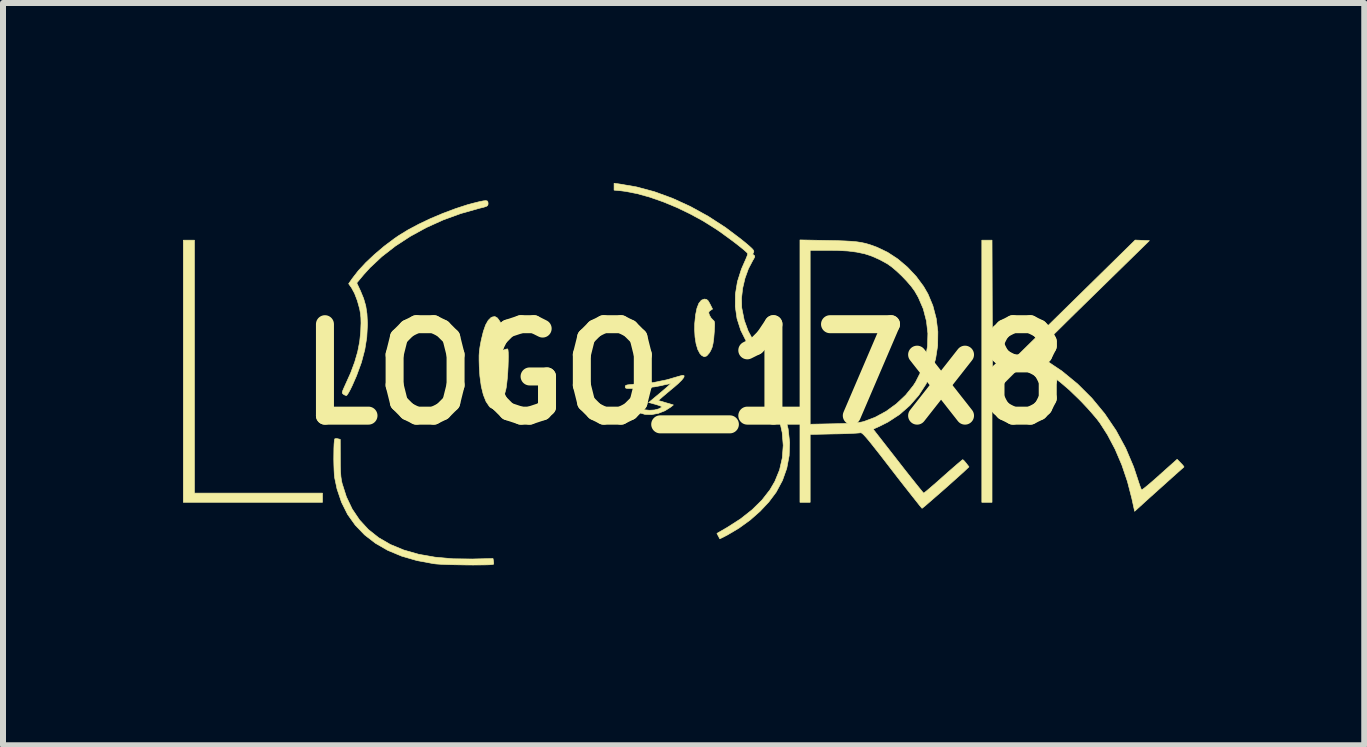
<source format=kicad_pcb>
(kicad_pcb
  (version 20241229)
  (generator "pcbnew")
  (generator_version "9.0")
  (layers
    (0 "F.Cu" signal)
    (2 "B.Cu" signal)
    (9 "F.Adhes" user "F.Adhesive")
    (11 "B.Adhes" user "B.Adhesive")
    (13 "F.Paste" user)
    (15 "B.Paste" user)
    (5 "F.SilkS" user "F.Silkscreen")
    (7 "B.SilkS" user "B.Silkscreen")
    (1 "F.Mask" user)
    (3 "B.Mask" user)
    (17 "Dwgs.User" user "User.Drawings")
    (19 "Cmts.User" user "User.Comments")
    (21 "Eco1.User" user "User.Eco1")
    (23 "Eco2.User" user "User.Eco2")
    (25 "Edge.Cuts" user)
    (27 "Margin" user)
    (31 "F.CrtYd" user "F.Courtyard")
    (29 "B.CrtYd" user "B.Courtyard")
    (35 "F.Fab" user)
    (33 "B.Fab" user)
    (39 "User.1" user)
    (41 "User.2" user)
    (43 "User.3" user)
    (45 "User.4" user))
  (footprint "LOGO_17x8"
    (layer "F.Cu")
    (at 8.353 3.188)
    (property "Reference" "LOGO_17x8" (at 0 0 0) (layer "F.SilkS") (effects (font (size 1.524 1.524) (thickness 0.3))))
    (attr through_hole)
    (fp_poly (pts (xy -8.162 1.981) (xy -6.028 1.981) (xy -6.028 2.134) (xy -8.348 2.134) (xy -8.348 -2.235) (xy -8.162 -2.235) (xy -8.162 1.981)) (stroke (width 0.01) (type solid)) (fill yes) (layer "F.SilkS"))
    (fp_poly (pts (xy 0.371 -1.248) (xy 0.396 -1.23) (xy 0.421 -1.189) (xy 0.431 -1.17) (xy 0.473 -1.087) (xy 0.436 -1.063) (xy 0.413 -1.043) (xy 0.41 -1.021) (xy 0.422 -0.984) (xy 0.448 -0.939) (xy 0.479 -0.906) (xy 0.479 -0.906) (xy 0.494 -0.893) (xy 0.504 -0.875) (xy 0.508 -0.845) (xy 0.507 -0.796) (xy 0.503 -0.721) (xy 0.502 -0.708) (xy 0.493 -0.597) (xy 0.481 -0.512) (xy 0.465 -0.446) (xy 0.441 -0.392) (xy 0.418 -0.354) (xy 0.376 -0.306) (xy 0.335 -0.292) (xy 0.294 -0.312) (xy 0.263 -0.345) (xy 0.227 -0.413) (xy 0.199 -0.507) (xy 0.181 -0.62) (xy 0.174 -0.747) (xy 0.176 -0.847) (xy 0.19 -0.989) (xy 0.213 -1.101) (xy 0.245 -1.183) (xy 0.286 -1.234) (xy 0.335 -1.253) (xy 0.34 -1.253) (xy 0.371 -1.248)) (stroke (width 0.01) (type solid)) (fill yes) (layer "F.SilkS"))
    (fp_poly (pts (xy 1.516 0.328) (xy 1.541 0.37) (xy 1.573 0.43) (xy 1.606 0.501) (xy 1.638 0.576) (xy 1.665 0.648) (xy 1.676 0.681) (xy 1.733 0.911) (xy 1.758 1.137) (xy 1.75 1.356) (xy 1.71 1.568) (xy 1.638 1.77) (xy 1.535 1.962) (xy 1.532 1.967) (xy 1.413 2.126) (xy 1.267 2.282) (xy 1.099 2.43) (xy 0.915 2.563) (xy 0.722 2.678) (xy 0.691 2.694) (xy 0.594 2.743) (xy 0.546 2.652) (xy 0.714 2.555) (xy 0.939 2.411) (xy 1.134 2.257) (xy 1.298 2.095) (xy 1.431 1.924) (xy 1.512 1.785) (xy 1.59 1.594) (xy 1.636 1.393) (xy 1.651 1.185) (xy 1.634 0.972) (xy 1.586 0.756) (xy 1.506 0.54) (xy 1.477 0.478) (xy 1.448 0.417) (xy 1.433 0.378) (xy 1.43 0.355) (xy 1.437 0.341) (xy 1.45 0.33) (xy 1.481 0.313) (xy 1.499 0.31) (xy 1.516 0.328)) (stroke (width 0.01) (type solid)) (fill yes) (layer "F.SilkS"))
    (fp_poly (pts (xy -5.772 1.075) (xy -5.732 1.085) (xy -5.731 1.394) (xy -5.73 1.524) (xy -5.727 1.626) (xy -5.721 1.707) (xy -5.711 1.773) (xy -5.702 1.816) (xy -5.63 2.042) (xy -5.533 2.246) (xy -5.411 2.427) (xy -5.265 2.586) (xy -5.093 2.723) (xy -4.896 2.837) (xy -4.674 2.929) (xy -4.426 3) (xy -4.153 3.048) (xy -3.854 3.075) (xy -3.529 3.079) (xy -3.494 3.078) (xy -3.186 3.071) (xy -3.178 3.114) (xy -3.174 3.15) (xy -3.178 3.167) (xy -3.199 3.171) (xy -3.249 3.175) (xy -3.322 3.177) (xy -3.414 3.178) (xy -3.518 3.179) (xy -3.631 3.178) (xy -3.746 3.176) (xy -3.859 3.174) (xy -3.963 3.171) (xy -4.055 3.167) (xy -4.129 3.162) (xy -4.174 3.157) (xy -4.454 3.105) (xy -4.709 3.031) (xy -4.94 2.935) (xy -5.146 2.816) (xy -5.326 2.677) (xy -5.481 2.516) (xy -5.61 2.335) (xy -5.711 2.133) (xy -5.786 1.911) (xy -5.825 1.726) (xy -5.831 1.672) (xy -5.835 1.598) (xy -5.838 1.511) (xy -5.84 1.418) (xy -5.839 1.324) (xy -5.838 1.237) (xy -5.835 1.162) (xy -5.83 1.107) (xy -5.824 1.078) (xy -5.823 1.076) (xy -5.8 1.071) (xy -5.772 1.075)) (stroke (width 0.01) (type solid)) (fill yes) (layer "F.SilkS"))
    (fp_poly (pts (xy -3.12 -0.943) (xy -3.114 -0.939) (xy -3.092 -0.911) (xy -3.063 -0.867) (xy -3.033 -0.818) (xy -3.009 -0.773) (xy -2.998 -0.743) (xy -2.997 -0.739) (xy -3.011 -0.73) (xy -3.048 -0.714) (xy -3.071 -0.704) (xy -3.124 -0.68) (xy -3.166 -0.652) (xy -3.176 -0.643) (xy -3.191 -0.623) (xy -3.196 -0.603) (xy -3.188 -0.574) (xy -3.167 -0.527) (xy -3.158 -0.508) (xy -3.123 -0.443) (xy -3.09 -0.407) (xy -3.055 -0.395) (xy -3.01 -0.405) (xy -3.007 -0.406) (xy -2.967 -0.419) (xy -2.943 -0.423) (xy -2.936 -0.407) (xy -2.932 -0.364) (xy -2.931 -0.298) (xy -2.932 -0.217) (xy -2.935 -0.126) (xy -2.94 -0.031) (xy -2.947 0.062) (xy -2.956 0.146) (xy -2.965 0.217) (xy -2.972 0.253) (xy -3.004 0.369) (xy -3.043 0.461) (xy -3.087 0.527) (xy -3.134 0.566) (xy -3.182 0.576) (xy -3.229 0.554) (xy -3.246 0.538) (xy -3.302 0.455) (xy -3.347 0.342) (xy -3.382 0.2) (xy -3.405 0.03) (xy -3.415 -0.127) (xy -3.418 -0.231) (xy -3.418 -0.313) (xy -3.413 -0.385) (xy -3.403 -0.458) (xy -3.387 -0.545) (xy -3.381 -0.574) (xy -3.347 -0.714) (xy -3.309 -0.822) (xy -3.266 -0.898) (xy -3.219 -0.945) (xy -3.196 -0.955) (xy -3.155 -0.962) (xy -3.12 -0.943)) (stroke (width 0.01) (type solid)) (fill yes) (layer "F.SilkS"))
    (fp_poly (pts (xy -1.088 -3.173) (xy -0.796 -3.123) (xy -0.497 -3.043) (xy -0.195 -2.933) (xy 0.106 -2.795) (xy 0.402 -2.632) (xy 0.692 -2.444) (xy 0.944 -2.254) (xy 1.029 -2.185) (xy 1.09 -2.133) (xy 1.131 -2.095) (xy 1.154 -2.068) (xy 1.161 -2.048) (xy 1.158 -2.032) (xy 1.153 -2.025) (xy 1.143 -2.002) (xy 1.161 -1.985) (xy 1.176 -1.973) (xy 1.175 -1.954) (xy 1.158 -1.921) (xy 1.144 -1.898) (xy 1.071 -1.759) (xy 1.014 -1.601) (xy 0.975 -1.435) (xy 0.956 -1.269) (xy 0.959 -1.116) (xy 0.961 -1.101) (xy 1.001 -0.901) (xy 1.066 -0.722) (xy 1.119 -0.623) (xy 1.184 -0.516) (xy 1.149 -0.487) (xy 1.119 -0.465) (xy 1.102 -0.457) (xy 1.088 -0.471) (xy 1.063 -0.505) (xy 1.035 -0.549) (xy 0.943 -0.734) (xy 0.881 -0.928) (xy 0.852 -1.13) (xy 0.854 -1.336) (xy 0.888 -1.544) (xy 0.954 -1.752) (xy 1.001 -1.859) (xy 1.029 -1.922) (xy 1.05 -1.974) (xy 1.059 -2.007) (xy 1.059 -2.014) (xy 1.037 -2.037) (xy 0.993 -2.076) (xy 0.93 -2.127) (xy 0.855 -2.186) (xy 0.771 -2.249) (xy 0.683 -2.313) (xy 0.598 -2.375) (xy 0.518 -2.429) (xy 0.516 -2.43) (xy 0.313 -2.557) (xy 0.096 -2.675) (xy -0.127 -2.782) (xy -0.352 -2.875) (xy -0.572 -2.952) (xy -0.781 -3.01) (xy -0.975 -3.048) (xy -1.052 -3.058) (xy -1.168 -3.069) (xy -1.168 -3.183) (xy -1.088 -3.173)) (stroke (width 0.01) (type solid)) (fill yes) (layer "F.SilkS"))
    (fp_poly (pts (xy 0.000263 0.026) (xy -0.006 0.052) (xy -0.038 0.094) (xy -0.096 0.152) (xy -0.165 0.212) (xy -0.233 0.268) (xy -0.296 0.321) (xy -0.348 0.365) (xy -0.379 0.392) (xy -0.431 0.437) (xy -0.305 0.474) (xy -0.18 0.511) (xy -0.221 0.545) (xy -0.32 0.608) (xy -0.43 0.651) (xy -0.543 0.672) (xy -0.652 0.669) (xy -0.747 0.641) (xy -0.749 0.64) (xy -0.794 0.616) (xy -0.814 0.599) (xy -0.813 0.582) (xy -0.806 0.572) (xy -0.789 0.553) (xy -0.77 0.552) (xy -0.736 0.567) (xy -0.726 0.572) (xy -0.66 0.592) (xy -0.578 0.6) (xy -0.495 0.595) (xy -0.428 0.578) (xy -0.391 0.559) (xy -0.373 0.544) (xy -0.373 0.542) (xy -0.388 0.532) (xy -0.427 0.517) (xy -0.482 0.5) (xy -0.482 0.5) (xy -0.592 0.471) (xy -0.407 0.317) (xy -0.341 0.261) (xy -0.286 0.214) (xy -0.247 0.179) (xy -0.228 0.16) (xy -0.227 0.157) (xy -0.244 0.159) (xy -0.287 0.167) (xy -0.347 0.18) (xy -0.374 0.187) (xy -0.488 0.209) (xy -0.627 0.225) (xy -0.749 0.232) (xy -0.842 0.236) (xy -0.906 0.237) (xy -0.947 0.236) (xy -0.97 0.232) (xy -0.98 0.223) (xy -0.982 0.211) (xy -0.982 0.208) (xy -0.98 0.194) (xy -0.969 0.184) (xy -0.945 0.177) (xy -0.902 0.172) (xy -0.834 0.167) (xy -0.766 0.164) (xy -0.527 0.14) (xy -0.294 0.093) (xy -0.152 0.052) (xy -0.094 0.035) (xy -0.046 0.022) (xy -0.021 0.017) (xy 0.000263 0.026)) (stroke (width 0.01) (type solid)) (fill yes) (layer "F.SilkS"))
    (fp_poly (pts (xy -3.281 -2.888) (xy -3.271 -2.872) (xy -3.268 -2.848) (xy -3.27 -2.826) (xy -3.278 -2.81) (xy -3.3 -2.797) (xy -3.341 -2.784) (xy -3.407 -2.768) (xy -3.433 -2.761) (xy -3.73 -2.677) (xy -4.02 -2.571) (xy -4.3 -2.444) (xy -4.566 -2.298) (xy -4.813 -2.137) (xy -5.038 -1.962) (xy -5.237 -1.776) (xy -5.341 -1.661) (xy -5.457 -1.522) (xy -5.396 -1.392) (xy -5.343 -1.264) (xy -5.307 -1.14) (xy -5.287 -1.009) (xy -5.279 -0.859) (xy -5.279 -0.821) (xy -5.29 -0.616) (xy -5.323 -0.41) (xy -5.379 -0.198) (xy -5.461 0.026) (xy -5.533 0.19) (xy -5.566 0.258) (xy -5.596 0.312) (xy -5.619 0.346) (xy -5.63 0.356) (xy -5.658 0.346) (xy -5.68 0.333) (xy -5.694 0.32) (xy -5.699 0.304) (xy -5.692 0.277) (xy -5.673 0.232) (xy -5.65 0.181) (xy -5.559 -0.021) (xy -5.491 -0.204) (xy -5.441 -0.377) (xy -5.408 -0.545) (xy -5.391 -0.716) (xy -5.39 -0.747) (xy -5.386 -0.854) (xy -5.388 -0.939) (xy -5.395 -1.013) (xy -5.408 -1.086) (xy -5.41 -1.094) (xy -5.447 -1.227) (xy -5.493 -1.347) (xy -5.546 -1.445) (xy -5.556 -1.458) (xy -5.592 -1.509) (xy -5.531 -1.597) (xy -5.431 -1.726) (xy -5.304 -1.863) (xy -5.157 -2.001) (xy -4.995 -2.138) (xy -4.824 -2.266) (xy -4.758 -2.311) (xy -4.603 -2.406) (xy -4.423 -2.502) (xy -4.225 -2.596) (xy -4.018 -2.683) (xy -3.81 -2.761) (xy -3.61 -2.826) (xy -3.505 -2.854) (xy -3.412 -2.877) (xy -3.347 -2.89) (xy -3.305 -2.894) (xy -3.281 -2.888)) (stroke (width 0.01) (type solid)) (fill yes) (layer "F.SilkS"))
    (fp_poly (pts (xy 7.754 -2.227) (xy 6.802 -1.296) (xy 6.653 -1.15) (xy 6.51 -1.01) (xy 6.377 -0.879) (xy 6.255 -0.758) (xy 6.145 -0.65) (xy 6.05 -0.555) (xy 5.971 -0.477) (xy 5.911 -0.416) (xy 5.87 -0.375) (xy 5.852 -0.355) (xy 5.85 -0.353) (xy 5.864 -0.34) (xy 5.901 -0.314) (xy 5.956 -0.278) (xy 6.011 -0.244) (xy 6.294 -0.055) (xy 6.556 0.16) (xy 6.795 0.398) (xy 7.009 0.657) (xy 7.198 0.936) (xy 7.359 1.232) (xy 7.491 1.543) (xy 7.555 1.736) (xy 7.579 1.81) (xy 7.6 1.871) (xy 7.616 1.912) (xy 7.625 1.927) (xy 7.641 1.918) (xy 7.679 1.889) (xy 7.734 1.844) (xy 7.803 1.785) (xy 7.882 1.716) (xy 7.927 1.675) (xy 8.216 1.417) (xy 8.277 1.479) (xy 8.31 1.514) (xy 8.329 1.539) (xy 8.33 1.545) (xy 8.315 1.559) (xy 8.278 1.591) (xy 8.224 1.639) (xy 8.157 1.699) (xy 8.081 1.767) (xy 7.999 1.841) (xy 7.916 1.915) (xy 7.835 1.988) (xy 7.76 2.055) (xy 7.696 2.113) (xy 7.661 2.145) (xy 7.508 2.284) (xy 7.461 2.069) (xy 7.388 1.787) (xy 7.295 1.512) (xy 7.183 1.25) (xy 7.055 1.008) (xy 6.93 0.813) (xy 6.876 0.742) (xy 6.802 0.655) (xy 6.716 0.558) (xy 6.624 0.46) (xy 6.57 0.406) (xy 6.415 0.257) (xy 6.268 0.131) (xy 6.119 0.02) (xy 5.958 -0.082) (xy 5.836 -0.152) (xy 5.703 -0.225) (xy 5.131 0.347) (xy 5.131 2.134) (xy 4.961 2.134) (xy 4.961 -2.235) (xy 5.131 -2.235) (xy 5.135 -1.069) (xy 5.139 0.097) (xy 6.328 -1.07) (xy 7.517 -2.237) (xy 7.754 -2.227)) (stroke (width 0.01) (type solid)) (fill yes) (layer "F.SilkS"))
    (fp_poly (pts (xy 2.392 -2.23) (xy 2.55 -2.227) (xy 2.68 -2.222) (xy 2.787 -2.216) (xy 2.876 -2.208) (xy 2.953 -2.196) (xy 3.023 -2.181) (xy 3.092 -2.161) (xy 3.166 -2.135) (xy 3.214 -2.117) (xy 3.39 -2.033) (xy 3.561 -1.921) (xy 3.722 -1.785) (xy 3.867 -1.631) (xy 3.99 -1.465) (xy 4.063 -1.339) (xy 4.145 -1.143) (xy 4.201 -0.929) (xy 4.228 -0.71) (xy 4.225 -0.478) (xy 4.19 -0.254) (xy 4.125 -0.04) (xy 4.031 0.163) (xy 3.909 0.35) (xy 3.762 0.519) (xy 3.591 0.669) (xy 3.397 0.796) (xy 3.278 0.856) (xy 3.15 0.915) (xy 3.566 1.448) (xy 3.657 1.565) (xy 3.741 1.672) (xy 3.818 1.768) (xy 3.883 1.85) (xy 3.935 1.914) (xy 3.972 1.959) (xy 3.991 1.98) (xy 3.993 1.981) (xy 4.008 1.97) (xy 4.045 1.94) (xy 4.1 1.893) (xy 4.17 1.833) (xy 4.251 1.762) (xy 4.318 1.702) (xy 4.405 1.625) (xy 4.483 1.557) (xy 4.55 1.499) (xy 4.601 1.456) (xy 4.633 1.429) (xy 4.643 1.423) (xy 4.66 1.435) (xy 4.687 1.466) (xy 4.701 1.483) (xy 4.747 1.543) (xy 4.706 1.582) (xy 4.669 1.617) (xy 4.614 1.667) (xy 4.546 1.728) (xy 4.469 1.797) (xy 4.386 1.871) (xy 4.301 1.946) (xy 4.217 2.019) (xy 4.14 2.086) (xy 4.072 2.145) (xy 4.018 2.192) (xy 3.981 2.222) (xy 3.965 2.234) (xy 3.965 2.234) (xy 3.953 2.221) (xy 3.922 2.184) (xy 3.875 2.124) (xy 3.813 2.046) (xy 3.739 1.952) (xy 3.654 1.844) (xy 3.561 1.725) (xy 3.463 1.598) (xy 3.348 1.449) (xy 3.252 1.325) (xy 3.172 1.224) (xy 3.108 1.143) (xy 3.057 1.081) (xy 3.017 1.035) (xy 2.988 1.004) (xy 2.966 0.985) (xy 2.951 0.976) (xy 2.94 0.974) (xy 2.939 0.975) (xy 2.912 0.978) (xy 2.857 0.982) (xy 2.779 0.986) (xy 2.683 0.99) (xy 2.573 0.993) (xy 2.502 0.994) (xy 2.1 1.003) (xy 2.1 2.134) (xy 1.93 2.134) (xy 1.93 -2.066) (xy 2.1 -2.066) (xy 2.1 0.833) (xy 2.493 0.825) (xy 2.635 0.822) (xy 2.748 0.817) (xy 2.836 0.812) (xy 2.905 0.805) (xy 2.958 0.796) (xy 2.989 0.789) (xy 3.18 0.718) (xy 3.365 0.618) (xy 3.537 0.493) (xy 3.691 0.348) (xy 3.82 0.188) (xy 3.86 0.125) (xy 3.955 -0.063) (xy 4.02 -0.263) (xy 4.056 -0.47) (xy 4.062 -0.68) (xy 4.038 -0.888) (xy 3.985 -1.091) (xy 3.902 -1.283) (xy 3.841 -1.389) (xy 3.785 -1.465) (xy 3.711 -1.551) (xy 3.627 -1.639) (xy 3.539 -1.722) (xy 3.456 -1.792) (xy 3.385 -1.842) (xy 3.383 -1.843) (xy 3.256 -1.912) (xy 3.133 -1.967) (xy 3.009 -2.008) (xy 2.876 -2.036) (xy 2.727 -2.055) (xy 2.557 -2.064) (xy 2.411 -2.066) (xy 2.1 -2.066) (xy 1.93 -2.066) (xy 1.93 -2.239) (xy 2.392 -2.23)) (stroke (width 0.01) (type solid)) (fill yes) (layer "F.SilkS")))
  (gr_rect
    (start -3 -3)
    (end 19.688 9.371)
    (stroke (width 0.1) (type default))
    (fill no)
    (layer "Edge.Cuts")))
</source>
